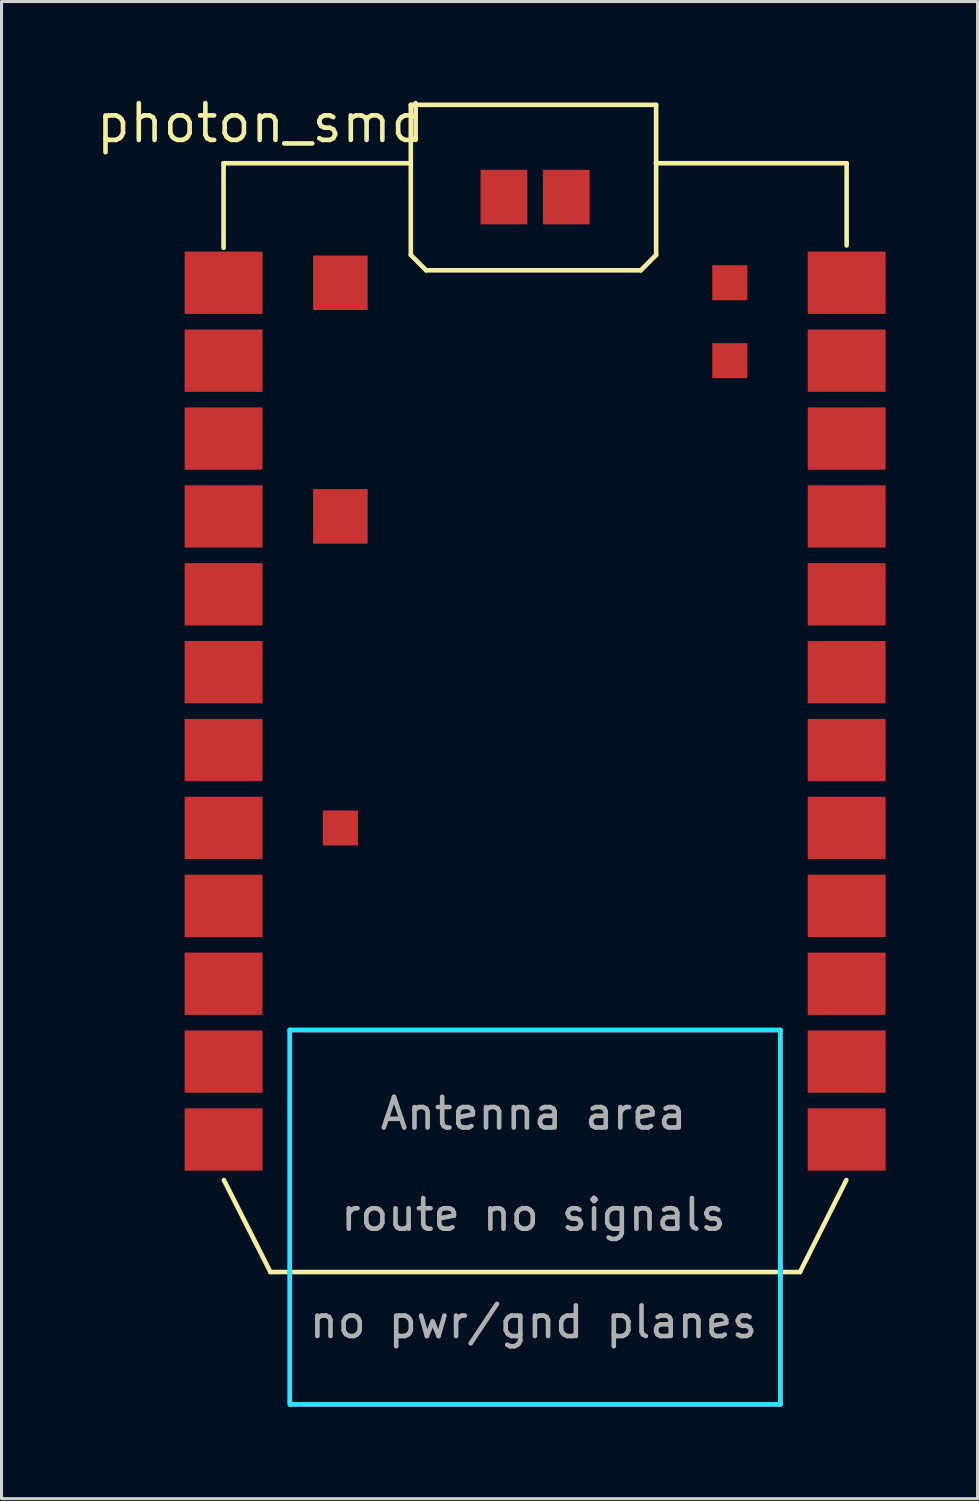
<source format=kicad_pcb>
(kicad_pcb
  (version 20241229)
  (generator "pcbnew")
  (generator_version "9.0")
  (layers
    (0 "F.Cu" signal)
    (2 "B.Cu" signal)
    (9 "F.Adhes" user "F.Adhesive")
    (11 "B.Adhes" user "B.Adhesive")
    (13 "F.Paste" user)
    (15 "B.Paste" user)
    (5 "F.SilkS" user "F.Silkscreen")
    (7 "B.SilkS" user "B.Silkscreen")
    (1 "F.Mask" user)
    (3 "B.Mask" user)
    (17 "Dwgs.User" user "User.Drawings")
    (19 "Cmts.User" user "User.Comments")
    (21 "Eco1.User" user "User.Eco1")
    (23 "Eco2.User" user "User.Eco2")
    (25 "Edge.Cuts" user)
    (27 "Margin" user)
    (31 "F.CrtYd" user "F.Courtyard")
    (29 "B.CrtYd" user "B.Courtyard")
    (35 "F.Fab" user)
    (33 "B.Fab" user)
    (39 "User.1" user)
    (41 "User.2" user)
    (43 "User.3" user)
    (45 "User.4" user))
  (footprint "photon_smd"
    (layer "F.Cu")
    (at 4.244 2.274)
    (property "Reference" "photon_smd" (at 1.204 -1.308 0) (layer "F.SilkS") (effects (font (size 1.2 1.2) (thickness 0.15))))
    (attr through_hole)
    (fp_line (start -0.003 0) (end -0.003 2.757) (stroke (width 0.15) (type solid)) (layer "F.SilkS"))
    (fp_line (start 0.007 33.16) (end 1.524 36.16) (stroke (width 0.15) (type solid)) (layer "F.SilkS"))
    (fp_line (start 1.524 36.16) (end 18.796 36.16) (stroke (width 0.15) (type solid)) (layer "F.SilkS"))
    (fp_line (start 6.104 0) (end -0.003 0) (stroke (width 0.15) (type solid)) (layer "F.SilkS"))
    (fp_line (start 6.104 2.992) (end 6.104 -1.905) (stroke (width 0.15) (type solid)) (layer "F.SilkS"))
    (fp_line (start 6.604 3.492) (end 6.104 2.992) (stroke (width 0.15) (type solid)) (layer "F.SilkS"))
    (fp_line (start 13.604 3.492) (end 6.604 3.492) (stroke (width 0.15) (type solid)) (layer "F.SilkS"))
    (fp_line (start 14.104 -1.905) (end 6.104 -1.905) (stroke (width 0.15) (type solid)) (layer "F.SilkS"))
    (fp_line (start 14.104 2.992) (end 13.604 3.492) (stroke (width 0.15) (type solid)) (layer "F.SilkS"))
    (fp_line (start 14.104 2.992) (end 14.104 -1.905) (stroke (width 0.15) (type solid)) (layer "F.SilkS"))
    (fp_line (start 20.307 33.16) (end 18.796 36.16) (stroke (width 0.15) (type solid)) (layer "F.SilkS"))
    (fp_line (start 20.317 0) (end 14.094 0) (stroke (width 0.15) (type solid)) (layer "F.SilkS"))
    (fp_line (start 20.317 0) (end 20.317 2.681) (stroke (width 0.15) (type solid)) (layer "F.SilkS"))
    (fp_line (start 2.157 28.268) (end 2.157 40.476) (stroke (width 0.15) (type solid)) (layer "B.CrtYd"))
    (fp_line (start 2.179 40.476) (end 18.161 40.476) (stroke (width 0.15) (type solid)) (layer "B.CrtYd"))
    (fp_line (start 18.157 28.268) (end 2.157 28.268) (stroke (width 0.15) (type solid)) (layer "B.CrtYd"))
    (fp_line (start 18.157 40.476) (end 18.157 28.268) (stroke (width 0.15) (type solid)) (layer "B.CrtYd"))
    (fp_line (start 2.157 28.268) (end 2.157 40.476) (stroke (width 0.15) (type solid)) (layer "F.CrtYd"))
    (fp_line (start 2.179 40.476) (end 18.161 40.476) (stroke (width 0.15) (type solid)) (layer "F.CrtYd"))
    (fp_line (start 18.157 28.268) (end 2.157 28.268) (stroke (width 0.15) (type solid)) (layer "F.CrtYd"))
    (fp_line (start 18.157 40.476) (end 18.157 28.268) (stroke (width 0.15) (type solid)) (layer "F.CrtYd"))
    (fp_text user "Antenna area" (at 10.104 30.992 0) (layer "F.Fab") (effects (font (size 1 1) (thickness 0.15))))
    (fp_text user "route no signals" (at 10.104 34.292 0) (layer "F.Fab") (effects (font (size 1 1) (thickness 0.15))))
    (fp_text user "no pwr/gnd planes" (at 10.104 37.792 0) (layer "F.Fab") (effects (font (size 1 1) (thickness 0.15))))
    (pad "1" smd rect (at -0.003 3.898 270) (size 2.032 2.54) (layers "F.Cu" "F.Mask" "F.Paste"))
    (pad "2" smd rect (at -0.003 6.438 270) (size 2.032 2.54) (layers "F.Cu" "F.Mask" "F.Paste"))
    (pad "3" smd rect (at -0.003 8.978 270) (size 2.032 2.54) (layers "F.Cu" "F.Mask" "F.Paste"))
    (pad "4" smd rect (at -0.003 11.518 270) (size 2.032 2.54) (layers "F.Cu" "F.Mask" "F.Paste"))
    (pad "5" smd rect (at -0.003 14.058 270) (size 2.032 2.54) (layers "F.Cu" "F.Mask" "F.Paste"))
    (pad "6" smd rect (at -0.003 16.598 270) (size 2.032 2.54) (layers "F.Cu" "F.Mask" "F.Paste"))
    (pad "7" smd rect (at -0.003 19.138 270) (size 2.032 2.54) (layers "F.Cu" "F.Mask" "F.Paste"))
    (pad "8" smd rect (at -0.003 21.678 270) (size 2.032 2.54) (layers "F.Cu" "F.Mask" "F.Paste"))
    (pad "9" smd rect (at -0.003 24.218 270) (size 2.032 2.54) (layers "F.Cu" "F.Mask" "F.Paste"))
    (pad "10" smd rect (at -0.003 26.758 270) (size 2.032 2.54) (layers "F.Cu" "F.Mask" "F.Paste"))
    (pad "11" smd rect (at -0.003 29.298 270) (size 2.032 2.54) (layers "F.Cu" "F.Mask" "F.Paste"))
    (pad "12" smd rect (at -0.003 31.838 270) (size 2.032 2.54) (layers "F.Cu" "F.Mask" "F.Paste"))
    (pad "13" smd rect (at 20.317 31.838 270) (size 2.032 2.54) (layers "F.Cu" "F.Mask" "F.Paste"))
    (pad "14" smd rect (at 20.317 29.298 270) (size 2.032 2.54) (layers "F.Cu" "F.Mask" "F.Paste"))
    (pad "15" smd rect (at 20.317 26.758 270) (size 2.032 2.54) (layers "F.Cu" "F.Mask" "F.Paste"))
    (pad "16" smd rect (at 20.317 24.218 270) (size 2.032 2.54) (layers "F.Cu" "F.Mask" "F.Paste"))
    (pad "17" smd rect (at 20.317 21.678 270) (size 2.032 2.54) (layers "F.Cu" "F.Mask" "F.Paste"))
    (pad "18" smd rect (at 20.317 19.138 270) (size 2.032 2.54) (layers "F.Cu" "F.Mask" "F.Paste"))
    (pad "19" smd rect (at 20.317 16.598 270) (size 2.032 2.54) (layers "F.Cu" "F.Mask" "F.Paste"))
    (pad "20" smd rect (at 20.317 14.058 270) (size 2.032 2.54) (layers "F.Cu" "F.Mask" "F.Paste"))
    (pad "21" smd rect (at 20.317 11.518 270) (size 2.032 2.54) (layers "F.Cu" "F.Mask" "F.Paste"))
    (pad "22" smd rect (at 20.317 8.978 270) (size 2.032 2.54) (layers "F.Cu" "F.Mask" "F.Paste"))
    (pad "23" smd rect (at 20.317 6.438 270) (size 2.032 2.54) (layers "F.Cu" "F.Mask" "F.Paste"))
    (pad "24" smd rect (at 20.317 3.898 270) (size 2.032 2.54) (layers "F.Cu" "F.Mask" "F.Paste"))
    (pad "25" smd rect (at 3.807 3.898 270) (size 1.778 1.778) (layers "F.Cu" "F.Mask" "F.Paste"))
    (pad "26" smd rect (at 3.807 11.518 270) (size 1.778 1.778) (layers "F.Cu" "F.Mask" "F.Paste"))
    (pad "27" smd rect (at 3.807 21.678 270) (size 1.143 1.143) (layers "F.Cu" "F.Mask" "F.Paste"))
    (pad "28" smd rect (at 16.507 6.438 270) (size 1.143 1.143) (layers "F.Cu" "F.Mask" "F.Paste"))
    (pad "29" smd rect (at 16.507 3.898 270) (size 1.143 1.143) (layers "F.Cu" "F.Mask" "F.Paste"))
    (pad "30" smd rect (at 11.173 1.104 270) (size 1.778 1.524) (layers "F.Cu" "F.Mask" "F.Paste"))
    (pad "31" smd rect (at 9.141 1.104 270) (size 1.778 1.524) (layers "F.Cu" "F.Mask" "F.Paste")))
  (gr_rect
    (start -3 -3)
    (end 28.831 45.825)
    (stroke (width 0.1) (type default))
    (fill no)
    (layer "Edge.Cuts")))
</source>
